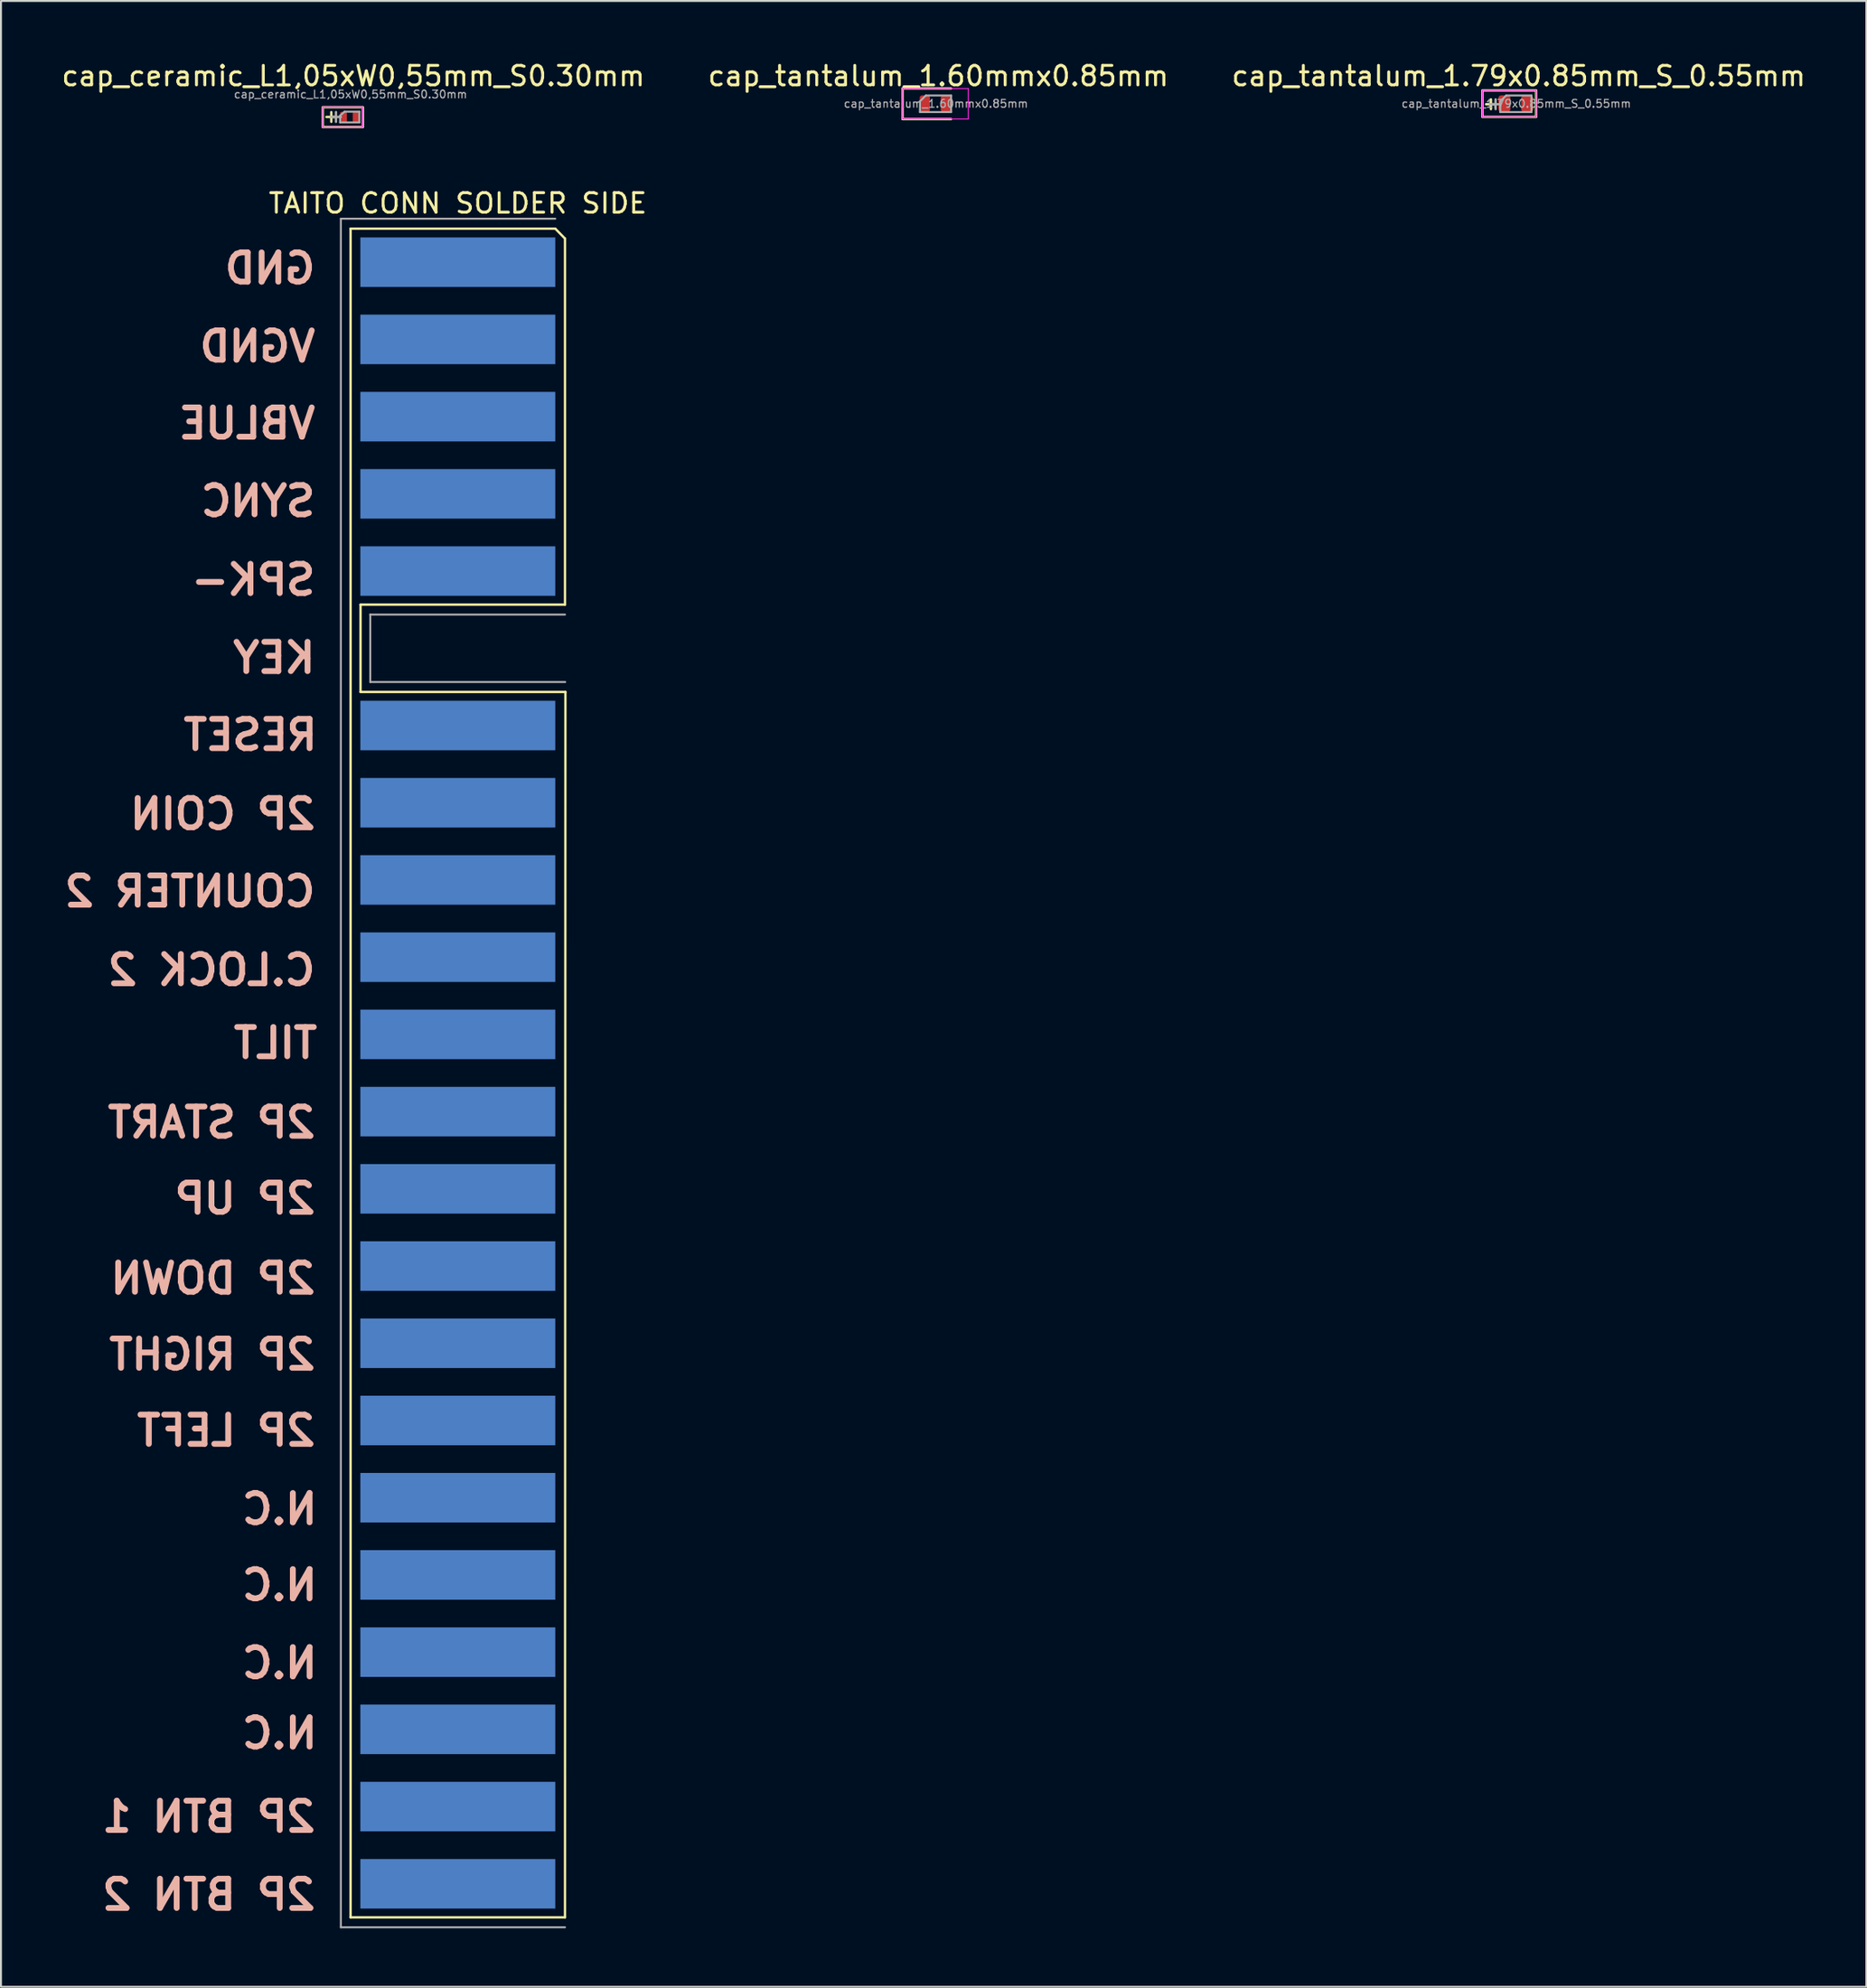
<source format=kicad_pcb>
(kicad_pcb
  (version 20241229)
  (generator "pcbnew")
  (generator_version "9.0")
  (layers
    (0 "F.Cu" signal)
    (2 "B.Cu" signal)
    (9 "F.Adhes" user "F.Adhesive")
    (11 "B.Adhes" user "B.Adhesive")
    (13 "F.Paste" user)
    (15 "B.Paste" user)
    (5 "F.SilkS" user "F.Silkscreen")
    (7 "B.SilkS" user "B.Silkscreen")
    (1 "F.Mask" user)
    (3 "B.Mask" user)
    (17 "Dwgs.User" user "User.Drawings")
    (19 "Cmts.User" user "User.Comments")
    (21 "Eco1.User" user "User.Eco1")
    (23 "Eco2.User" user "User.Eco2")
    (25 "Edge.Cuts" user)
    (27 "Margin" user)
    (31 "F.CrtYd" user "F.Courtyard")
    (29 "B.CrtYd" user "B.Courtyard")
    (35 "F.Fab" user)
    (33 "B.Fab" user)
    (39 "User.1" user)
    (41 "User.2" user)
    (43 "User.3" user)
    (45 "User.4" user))
  (footprint "TAITO CONN SOLDER SIDE"
    (layer "F.Cu")
    (at 20.457 48.056)
    (property "Reference" "TAITO CONN SOLDER SIDE" (at -0.02 -40.68 0) (unlocked yes) (layer "F.SilkS") (effects (font (size 1 1) (thickness 0.15))))
    (attr smd)
    (fp_line (start -5.52 -39.38) (end 4.98 -39.38) (stroke (width 0.12) (type default)) (layer "F.SilkS"))
    (fp_line (start -5.52 47.22) (end -5.52 -39.38) (stroke (width 0.12) (type default)) (layer "F.SilkS"))
    (fp_line (start -5.01 -20.1) (end -5.01 -15.62) (stroke (width 0.12) (type default)) (layer "F.SilkS"))
    (fp_line (start -5.01 -20.1) (end 5.48 -20.1) (stroke (width 0.12) (type default)) (layer "F.SilkS"))
    (fp_line (start -5.01 -15.62) (end 5.5 -15.62) (stroke (width 0.12) (type default)) (layer "F.SilkS"))
    (fp_line (start 4.98 -39.38) (end 5.48 -38.87) (stroke (width 0.12) (type default)) (layer "F.SilkS"))
    (fp_line (start 5.48 -38.87) (end 5.48 -20.1) (stroke (width 0.12) (type default)) (layer "F.SilkS"))
    (fp_line (start 5.48 47.22) (end -5.52 47.22) (stroke (width 0.12) (type default)) (layer "F.SilkS"))
    (fp_line (start 5.48 47.22) (end 5.5 -15.62) (stroke (width 0.12) (type default)) (layer "F.SilkS"))
    (fp_line (start -6.02 -39.89) (end -6.02 47.73) (stroke (width 0.1) (type default)) (layer "F.Fab"))
    (fp_line (start -6.02 47.73) (end 5.48 47.73) (stroke (width 0.1) (type default)) (layer "F.Fab"))
    (fp_line (start -4.52 -19.59) (end 5.48 -19.59) (stroke (width 0.1) (type default)) (layer "F.Fab"))
    (fp_line (start -4.51 -19.59) (end -4.51 -16.13) (stroke (width 0.1) (type default)) (layer "F.Fab"))
    (fp_line (start -4.51 -16.13) (end 5.49 -16.13) (stroke (width 0.1) (type default)) (layer "F.Fab"))
    (fp_line (start 4.98 -39.89) (end -6.02 -39.89) (stroke (width 0.1) (type default)) (layer "F.Fab"))
    (fp_text user "COUNTER 2" (at -13.764 -5.39 0) (layer "B.SilkS") (effects (font (size 1.5 1.5) (thickness 0.3)) (justify mirror)))
    (fp_text user "VBLUE" (at -10.836 -29.39 0) (layer "B.SilkS") (effects (font (size 1.5 1.5) (thickness 0.3)) (justify mirror)))
    (fp_text user "N.C" (at -7.071 31.06 0) (unlocked yes) (layer "B.SilkS") (effects (font (size 1.5 1.5) (thickness 0.3) (bold yes)) (justify left bottom mirror)))
    (fp_text user "N.C" (at -7.071 35.06 0) (unlocked yes) (layer "B.SilkS") (effects (font (size 1.5 1.5) (thickness 0.3) (bold yes)) (justify left bottom mirror)))
    (fp_text user "2P COIN " (at -12.657 -9.36 0) (layer "B.SilkS") (effects (font (size 1.5 1.5) (thickness 0.3)) (justify mirror)))
    (fp_text user "GND" (at -9.657 -37.34 0) (layer "B.SilkS") (effects (font (size 1.5 1.5) (thickness 0.3)) (justify mirror)))
    (fp_text user "SPK-" (at -10.514 -21.37 0) (layer "B.SilkS") (effects (font (size 1.5 1.5) (thickness 0.3)) (justify mirror)))
    (fp_text user "TILT" (at -7.071 3.26 0) (unlocked yes) (layer "B.SilkS") (effects (font (size 1.5 1.5) (thickness 0.3) (bold yes)) (justify left bottom mirror)))
    (fp_text user "2P START" (at -12.657 6.46 0) (layer "B.SilkS") (effects (font (size 1.5 1.5) (thickness 0.3)) (justify mirror)))
    (fp_text user "C.LOCK 2" (at -12.657 -1.36 0) (layer "B.SilkS") (effects (font (size 1.5 1.5) (thickness 0.3)) (justify mirror)))
    (fp_text user "2P LEFT" (at -11.907 22.26 0) (layer "B.SilkS") (effects (font (size 1.5 1.5) (thickness 0.3)) (justify mirror)))
    (fp_text user "2P RIGHT" (at -12.621 18.36 0) (layer "B.SilkS") (effects (font (size 1.5 1.5) (thickness 0.3)) (justify mirror)))
    (fp_text user "SYNC" (at -10.27 -25.41 0) (layer "B.SilkS") (effects (font (size 1.5 1.5) (thickness 0.3)) (justify mirror)))
    (fp_text user "VGND" (at -10.3 -33.34 0) (layer "B.SilkS") (effects (font (size 1.5 1.5) (thickness 0.3)) (justify mirror)))
    (fp_text user "N.C" (at -7.071 38.66 0) (unlocked yes) (layer "B.SilkS") (effects (font (size 1.5 1.5) (thickness 0.3) (bold yes)) (justify left bottom mirror)))
    (fp_text user "2P BTN 2" (at -12.8 46.06 0) (layer "B.SilkS") (effects (font (size 1.5 1.5) (thickness 0.3)) (justify mirror)))
    (fp_text user "2P BTN 1" (at -12.8 42.06 0) (layer "B.SilkS") (effects (font (size 1.5 1.5) (thickness 0.3)) (justify mirror)))
    (fp_text user "RESET" (at -7.071 -12.54 0) (unlocked yes) (layer "B.SilkS") (effects (font (size 1.5 1.5) (thickness 0.3) (bold yes)) (justify left bottom mirror)))
    (fp_text user "2P DOWN" (at -12.586 14.46 0) (layer "B.SilkS") (effects (font (size 1.5 1.5) (thickness 0.3)) (justify mirror)))
    (fp_text user "N.C" (at -7.071 27.16 0) (unlocked yes) (layer "B.SilkS") (effects (font (size 1.5 1.5) (thickness 0.3) (bold yes)) (justify left bottom mirror)))
    (fp_text user "2P UP" (at -10.943 10.36 0) (layer "B.SilkS") (effects (font (size 1.5 1.5) (thickness 0.3)) (justify mirror)))
    (fp_text user "KEY" (at -9.443 -17.37 0) (layer "B.SilkS") (effects (font (size 1.5 1.5) (thickness 0.3)) (justify mirror)))
    (pad "A" connect rect (at -0.02 -37.66 270) (size 2.54 10) (layers "B.Cu" "B.Mask"))
    (pad "B" connect rect (at -0.02 -33.7 270) (size 2.54 10) (layers "B.Cu" "B.Mask"))
    (pad "C" connect rect (at -0.02 -29.74 270) (size 2.54 10) (layers "B.Cu" "B.Mask"))
    (pad "D" connect rect (at -0.02 -25.78 270) (size 2.54 10) (layers "B.Cu" "B.Mask"))
    (pad "E" connect rect (at -0.02 -21.82 270) (size 2.54 10) (layers "B.Cu" "B.Mask"))
    (pad "H" connect rect (at -0.02 -13.9 270) (size 2.54 10) (layers "B.Cu" "B.Mask"))
    (pad "J" connect rect (at -0.02 -9.94 270) (size 2.54 10) (layers "B.Cu" "B.Mask"))
    (pad "K" connect rect (at -0.02 -5.98 270) (size 2.54 10) (layers "B.Cu" "B.Mask"))
    (pad "L" connect rect (at -0.02 -2.02 270) (size 2.54 10) (layers "B.Cu" "B.Mask"))
    (pad "M" connect rect (at -0.02 1.94 270) (size 2.54 10) (layers "B.Cu" "B.Mask"))
    (pad "N" connect rect (at -0.02 5.9 270) (size 2.54 10) (layers "B.Cu" "B.Mask"))
    (pad "P" connect rect (at -0.02 9.86 270) (size 2.54 10) (layers "B.Cu" "B.Mask"))
    (pad "R" connect rect (at -0.02 13.82 270) (size 2.54 10) (layers "B.Cu" "B.Mask"))
    (pad "S" connect rect (at -0.02 17.78 270) (size 2.54 10) (layers "B.Cu" "B.Mask"))
    (pad "T" connect rect (at -0.02 21.74 270) (size 2.54 10) (layers "B.Cu" "B.Mask"))
    (pad "U" connect rect (at -0.02 25.7 270) (size 2.54 10) (layers "B.Cu" "B.Mask"))
    (pad "V" connect rect (at -0.02 29.66 270) (size 2.54 10) (layers "B.Cu" "B.Mask"))
    (pad "W" connect rect (at -0.02 33.62 270) (size 2.54 10) (layers "B.Cu" "B.Mask"))
    (pad "X" connect rect (at -0.02 37.58 270) (size 2.54 10) (layers "B.Cu" "B.Mask"))
    (pad "Y" connect rect (at -0.02 41.54 270) (size 2.54 10) (layers "B.Cu" "B.Mask"))
    (pad "Z" connect rect (at -0.02 45.5 270) (size 2.54 10) (layers "B.Cu" "B.Mask")))
  (footprint "cap_tantalum_1.60mmx0.85mm"
    (layer "F.Cu")
    (at 44.937 2.296)
    (property "Reference" "cap_tantalum_1.60mmx0.85mm" (at 0.152 -1.448 0) (unlocked yes) (layer "F.SilkS") (effects (font (size 1 1) (thickness 0.15))))
    (attr smd)
    (fp_line (start -1.676 -0.808) (end -1.676 0.762) (stroke (width 0.12) (type solid)) (layer "F.SilkS"))
    (fp_line (start -1.676 0.762) (end 0.809 0.762) (stroke (width 0.12) (type solid)) (layer "F.SilkS"))
    (fp_line (start 0.809 -0.808) (end -1.676 -0.808) (stroke (width 0.12) (type solid)) (layer "F.SilkS"))
    (fp_line (start -1.671 -0.803) (end 1.689 -0.803) (stroke (width 0.05) (type solid)) (layer "F.CrtYd"))
    (fp_line (start -1.671 0.757) (end -1.671 -0.803) (stroke (width 0.05) (type solid)) (layer "F.CrtYd"))
    (fp_line (start 1.689 -0.803) (end 1.689 0.757) (stroke (width 0.05) (type solid)) (layer "F.CrtYd"))
    (fp_line (start 1.689 0.757) (end -1.671 0.757) (stroke (width 0.05) (type solid)) (layer "F.CrtYd"))
    (fp_line (start -0.791 -0.148) (end -0.791 0.402) (stroke (width 0.1) (type solid)) (layer "F.Fab"))
    (fp_line (start -0.791 0.402) (end 0.809 0.402) (stroke (width 0.1) (type solid)) (layer "F.Fab"))
    (fp_line (start -0.491 -0.448) (end -0.791 -0.148) (stroke (width 0.1) (type solid)) (layer "F.Fab"))
    (fp_line (start 0.809 -0.448) (end -0.491 -0.448) (stroke (width 0.1) (type solid)) (layer "F.Fab"))
    (fp_line (start 0.809 0.402) (end 0.809 -0.448) (stroke (width 0.1) (type solid)) (layer "F.Fab"))
    (fp_text user "${REFERENCE}" (at 0.03 -0.03 0) (layer "F.Fab") (effects (font (size 0.4 0.4) (thickness 0.06))))
    (pad "1" smd roundrect (at -0.54 -0.03) (size 0.529 0.85) (layers "F.Cu" "F.Mask" "F.Paste") (roundrect_rratio 0.238))
    (pad "2" smd roundrect (at 0.54 -0.03) (size 0.529 0.85) (layers "F.Cu" "F.Mask" "F.Paste") (roundrect_rratio 0.238)))
  (footprint "cap_tantalum_1.79x0.85mm_S_0.55mm"
    (layer "F.Cu")
    (at 74.711 2.296)
    (property "Reference" "cap_tantalum_1.79x0.85mm_S_0.55mm" (at 0.152 -1.448 0) (unlocked yes) (layer "F.SilkS") (effects (font (size 1 1) (thickness 0.15))))
    (attr smd)
    (fp_line (start -1.52 0) (end -1.02 0) (stroke (width 0.12) (type solid)) (layer "F.SilkS"))
    (fp_line (start -1.27 -0.25) (end -1.27 0.25) (stroke (width 0.12) (type solid)) (layer "F.SilkS"))
    (fp_rect (start -1.71 -0.71) (end 1.05 0.65) (stroke (width 0.12) (type default)) (fill no) (layer "F.SilkS"))
    (fp_rect (start -1.71 -0.71) (end 1.05 0.65) (stroke (width 0.05) (type default)) (fill no) (layer "F.CrtYd"))
    (fp_line (start -1.28 0) (end -0.78 0) (stroke (width 0.12) (type solid)) (layer "F.Fab"))
    (fp_line (start -1.03 -0.25) (end -1.03 0.25) (stroke (width 0.12) (type solid)) (layer "F.Fab"))
    (fp_line (start -0.791 -0.148) (end -0.791 0.402) (stroke (width 0.1) (type solid)) (layer "F.Fab"))
    (fp_line (start -0.791 0.402) (end 0.809 0.402) (stroke (width 0.1) (type solid)) (layer "F.Fab"))
    (fp_line (start -0.491 -0.448) (end -0.791 -0.148) (stroke (width 0.1) (type solid)) (layer "F.Fab"))
    (fp_line (start 0.809 -0.448) (end -0.491 -0.448) (stroke (width 0.1) (type solid)) (layer "F.Fab"))
    (fp_line (start 0.809 0.402) (end 0.809 -0.448) (stroke (width 0.1) (type solid)) (layer "F.Fab"))
    (fp_text user "${REFERENCE}" (at 0.03 -0.03 0) (layer "F.Fab") (effects (font (size 0.4 0.4) (thickness 0.06))))
    (pad "1" smd roundrect (at -0.58 -0.03) (size 0.62 0.85) (layers "F.Cu" "F.Mask" "F.Paste") (roundrect_rratio 0.238))
    (pad "2" smd roundrect (at 0.59 -0.03) (size 0.62 0.85) (layers "F.Cu" "F.Mask" "F.Paste") (roundrect_rratio 0.238)))
  (footprint "cap_ceramic_L1,05xW0,55mm_S0.30mm"
    (layer "F.Cu")
    (at 14.897 2.948)
    (property "Reference" "cap_ceramic_L1,05xW0,55mm_S0.30mm" (at 0.18 -2.1 0) (unlocked yes) (layer "F.SilkS") (effects (font (size 1 1) (thickness 0.15))))
    (attr smd)
    (fp_line (start -1.2 0) (end -0.7 0) (stroke (width 0.12) (type solid)) (layer "F.SilkS"))
    (fp_line (start -0.95 -0.25) (end -0.95 0.25) (stroke (width 0.12) (type solid)) (layer "F.SilkS"))
    (fp_rect (start -1.39 -0.5) (end 0.67 0.52) (stroke (width 0.12) (type solid)) (fill no) (layer "F.SilkS"))
    (fp_rect (start -1.39 -0.5) (end 0.65 0.53) (stroke (width 0.05) (type solid)) (fill no) (layer "F.CrtYd"))
    (fp_line (start -0.96 0) (end -0.46 0) (stroke (width 0.12) (type solid)) (layer "F.Fab"))
    (fp_line (start -0.71 -0.25) (end -0.71 0.25) (stroke (width 0.12) (type solid)) (layer "F.Fab"))
    (fp_line (start -0.5 -0.07) (end -0.5 0.28) (stroke (width 0.1) (type solid)) (layer "F.Fab"))
    (fp_line (start -0.5 0.28) (end 0.49 0.28) (stroke (width 0.1) (type solid)) (layer "F.Fab"))
    (fp_line (start -0.27 -0.27) (end -0.5 -0.07) (stroke (width 0.1) (type solid)) (layer "F.Fab"))
    (fp_line (start 0.49 -0.27) (end -0.27 -0.27) (stroke (width 0.1) (type solid)) (layer "F.Fab"))
    (fp_line (start 0.49 0.28) (end 0.49 -0.27) (stroke (width 0.1) (type solid)) (layer "F.Fab"))
    (fp_text user "${REFERENCE}" (at 0.04 -1.16 0) (layer "F.Fab") (effects (font (size 0.4 0.4) (thickness 0.06))))
    (pad "1" smd roundrect (at -0.325 0.01) (size 0.35 0.55) (layers "F.Cu" "F.Mask" "F.Paste") (roundrect_rratio 0.238))
    (pad "2" smd roundrect (at 0.325 0.01) (size 0.35 0.55) (layers "F.Cu" "F.Mask" "F.Paste") (roundrect_rratio 0.238)))
  (gr_rect
    (start -3 -3)
    (end 92.702 98.837)
    (stroke (width 0.1) (type default))
    (fill no)
    (layer "Edge.Cuts")))
</source>
